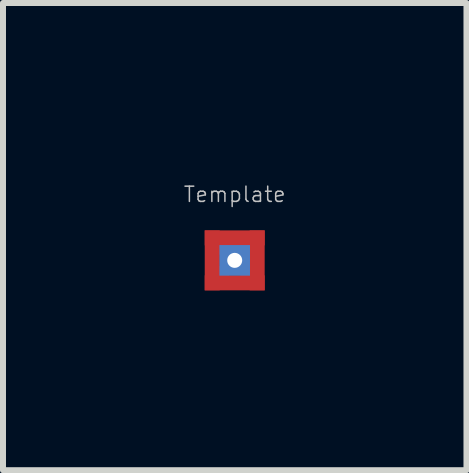
<source format=kicad_pcb>
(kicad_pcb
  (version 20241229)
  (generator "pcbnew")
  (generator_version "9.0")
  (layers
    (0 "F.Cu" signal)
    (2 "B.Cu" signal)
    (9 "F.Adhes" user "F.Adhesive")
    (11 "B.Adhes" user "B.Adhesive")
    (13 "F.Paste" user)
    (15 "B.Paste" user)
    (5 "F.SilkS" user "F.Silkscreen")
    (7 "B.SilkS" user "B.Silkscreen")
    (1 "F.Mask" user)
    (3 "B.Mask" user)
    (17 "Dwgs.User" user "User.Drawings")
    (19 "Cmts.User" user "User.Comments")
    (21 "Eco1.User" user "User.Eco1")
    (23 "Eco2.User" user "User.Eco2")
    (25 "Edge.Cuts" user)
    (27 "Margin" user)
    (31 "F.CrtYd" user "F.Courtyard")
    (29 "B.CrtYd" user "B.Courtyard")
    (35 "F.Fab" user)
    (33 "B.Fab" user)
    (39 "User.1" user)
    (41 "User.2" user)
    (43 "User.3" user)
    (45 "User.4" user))
  (footprint "Template"
    (layer "F.Cu")
    (at 0.865 1.293)
    (property "Reference" "Template" (at 0 -1.1 0) (layer "Dwgs.User") (effects (font (size 0.254 0.254) (thickness 0.025))))
    (attr smd)
    (pad "1" smd rect (at -0.375 0) (size 0.25 1) (layers "F.Cu" "F.Mask"))
    (pad "1" smd rect (at -0.27 -0.27) (size 0.35 0.35) (layers "F.Cu" "F.Mask" "F.Paste"))
    (pad "1" smd rect (at -0.27 0.27) (size 0.35 0.35) (layers "F.Cu" "F.Paste"))
    (pad "1" smd rect (at 0 -0.375) (size 1 0.25) (layers "F.Cu" "F.Mask"))
    (pad "1" thru_hole rect (at 0 0) (size 0.51 0.51) (drill 0.25) (layers "*.Cu"))
    (pad "1" smd rect (at 0 0.375) (size 1 0.25) (layers "F.Cu" "F.Mask"))
    (pad "1" smd rect (at 0.27 -0.27) (size 0.35 0.35) (layers "F.Cu" "F.Paste"))
    (pad "1" smd rect (at 0.27 0.27) (size 0.35 0.35) (layers "F.Cu" "F.Paste"))
    (pad "1" smd rect (at 0.375 0) (size 0.25 1) (layers "F.Cu" "F.Mask")))
  (gr_rect
    (start -3 -3)
    (end 4.731 4.793)
    (stroke (width 0.1) (type default))
    (fill no)
    (layer "Edge.Cuts")))
</source>
